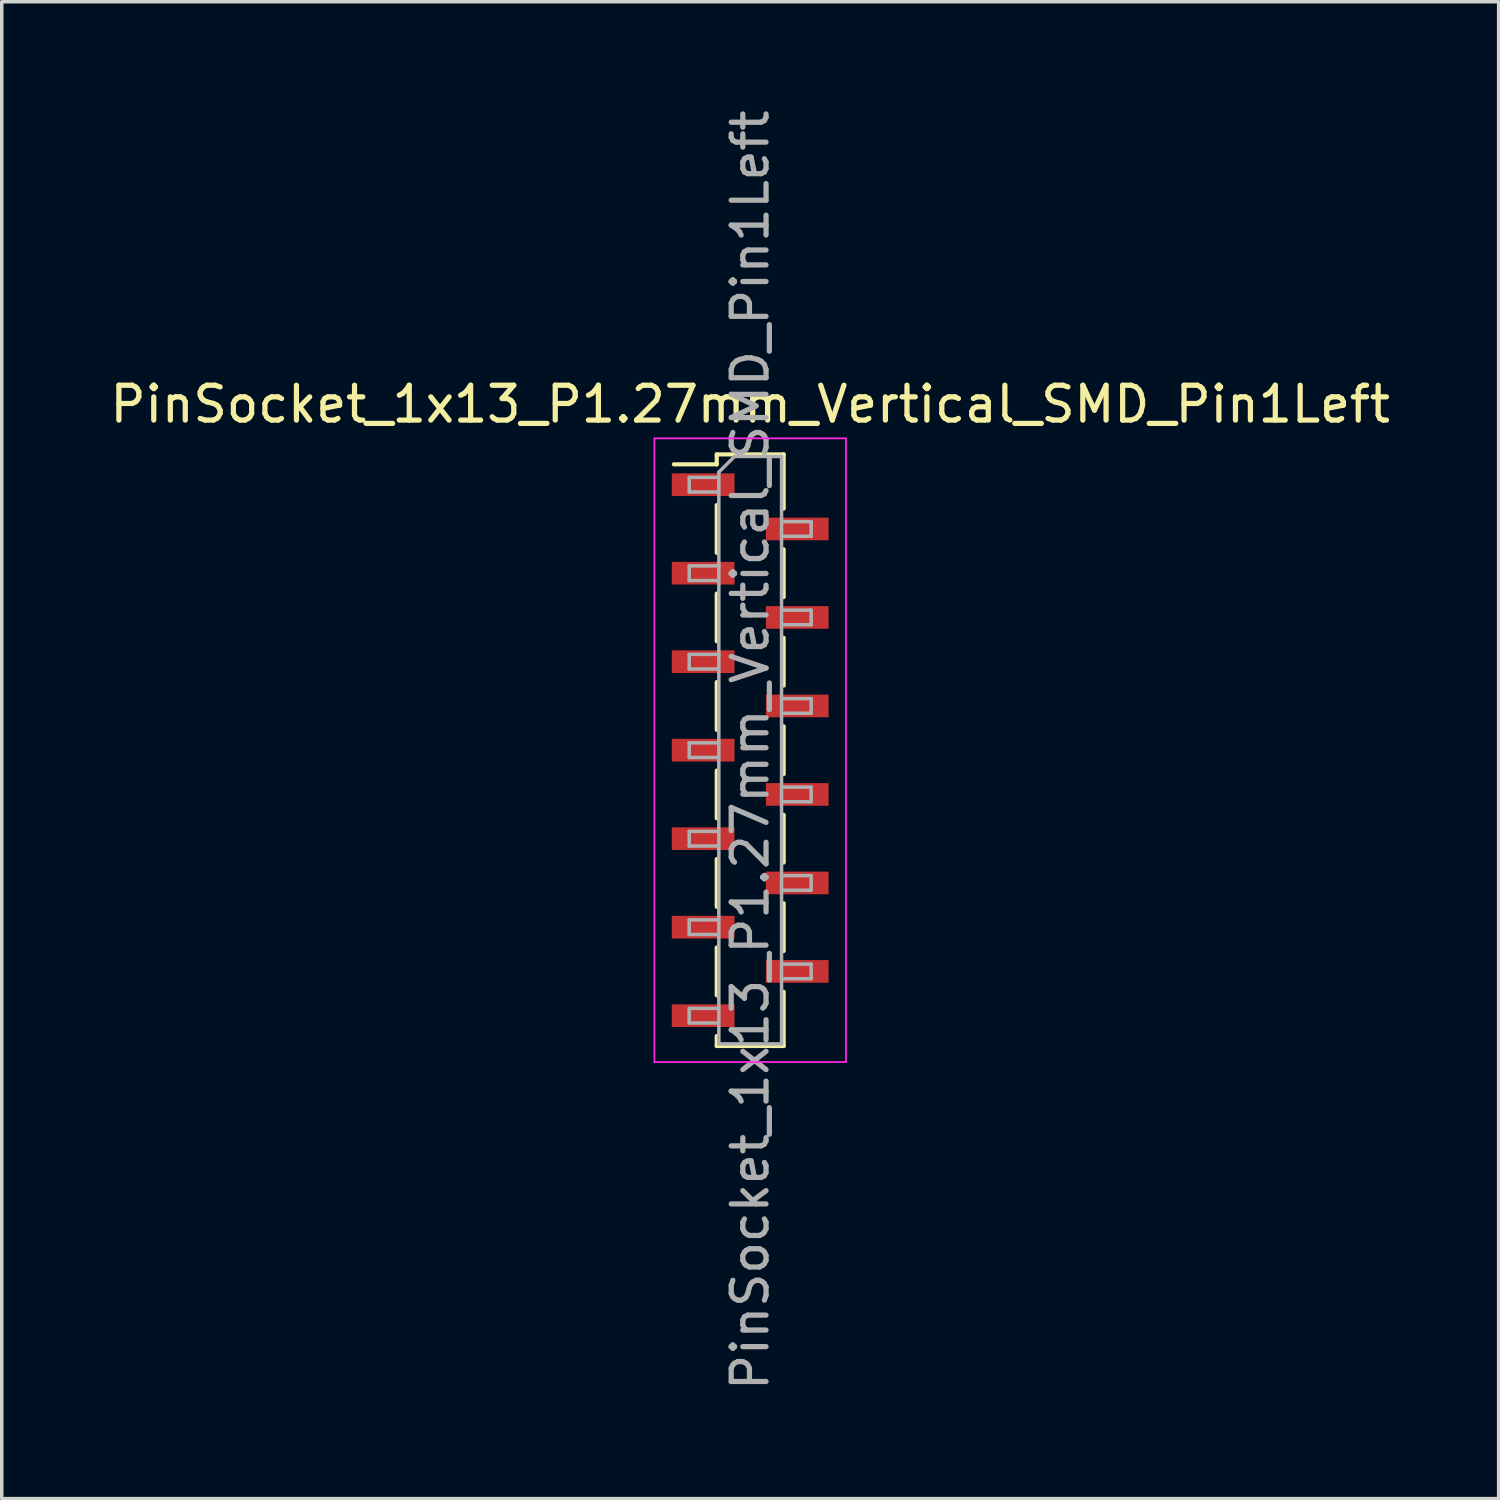
<source format=kicad_pcb>
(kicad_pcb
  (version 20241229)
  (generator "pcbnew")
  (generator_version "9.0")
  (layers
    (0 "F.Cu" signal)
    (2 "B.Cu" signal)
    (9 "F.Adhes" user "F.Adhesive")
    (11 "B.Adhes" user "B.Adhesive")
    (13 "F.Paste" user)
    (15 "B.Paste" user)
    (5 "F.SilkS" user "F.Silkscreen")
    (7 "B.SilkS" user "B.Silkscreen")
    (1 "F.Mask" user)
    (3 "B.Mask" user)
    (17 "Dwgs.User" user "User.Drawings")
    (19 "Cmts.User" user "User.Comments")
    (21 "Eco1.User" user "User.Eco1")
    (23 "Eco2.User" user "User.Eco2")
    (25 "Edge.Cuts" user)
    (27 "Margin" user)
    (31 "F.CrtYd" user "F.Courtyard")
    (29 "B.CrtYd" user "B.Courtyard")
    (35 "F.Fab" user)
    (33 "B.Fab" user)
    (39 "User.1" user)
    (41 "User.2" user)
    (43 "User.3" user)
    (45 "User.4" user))
  (footprint "PinSocket_1x13_P1.27mm_Vertical_SMD_Pin1Left"
    (layer "F.Cu")
    (at 18.482 18.482)
    (property "Reference" "PinSocket_1x13_P1.27mm_Vertical_SMD_Pin1Left" (at 0 -9.93 0) (layer "F.SilkS") (effects (font (size 1 1) (thickness 0.15))))
    (attr smd)
    (fp_line (start -2.19 -8.205) (end -0.96 -8.205) (stroke (width 0.12) (type solid)) (layer "F.SilkS"))
    (fp_line (start -0.96 -8.49) (end -0.96 -8.205) (stroke (width 0.12) (type solid)) (layer "F.SilkS"))
    (fp_line (start -0.96 -8.49) (end 0.96 -8.49) (stroke (width 0.12) (type solid)) (layer "F.SilkS"))
    (fp_line (start -0.96 -7.035) (end -0.96 -5.665) (stroke (width 0.12) (type solid)) (layer "F.SilkS"))
    (fp_line (start -0.96 -4.495) (end -0.96 -3.125) (stroke (width 0.12) (type solid)) (layer "F.SilkS"))
    (fp_line (start -0.96 -1.955) (end -0.96 -0.585) (stroke (width 0.12) (type solid)) (layer "F.SilkS"))
    (fp_line (start -0.96 0.585) (end -0.96 1.955) (stroke (width 0.12) (type solid)) (layer "F.SilkS"))
    (fp_line (start -0.96 3.125) (end -0.96 4.495) (stroke (width 0.12) (type solid)) (layer "F.SilkS"))
    (fp_line (start -0.96 5.665) (end -0.96 7.035) (stroke (width 0.12) (type solid)) (layer "F.SilkS"))
    (fp_line (start -0.96 8.205) (end -0.96 8.49) (stroke (width 0.12) (type solid)) (layer "F.SilkS"))
    (fp_line (start -0.96 8.49) (end 0.96 8.49) (stroke (width 0.12) (type solid)) (layer "F.SilkS"))
    (fp_line (start 0.96 -8.49) (end 0.96 -6.935) (stroke (width 0.12) (type solid)) (layer "F.SilkS"))
    (fp_line (start 0.96 -5.765) (end 0.96 -4.395) (stroke (width 0.12) (type solid)) (layer "F.SilkS"))
    (fp_line (start 0.96 -3.225) (end 0.96 -1.855) (stroke (width 0.12) (type solid)) (layer "F.SilkS"))
    (fp_line (start 0.96 -0.685) (end 0.96 0.685) (stroke (width 0.12) (type solid)) (layer "F.SilkS"))
    (fp_line (start 0.96 1.855) (end 0.96 3.225) (stroke (width 0.12) (type solid)) (layer "F.SilkS"))
    (fp_line (start 0.96 4.395) (end 0.96 5.765) (stroke (width 0.12) (type solid)) (layer "F.SilkS"))
    (fp_line (start 0.96 6.935) (end 0.96 8.49) (stroke (width 0.12) (type solid)) (layer "F.SilkS"))
    (fp_line (start -2.75 -8.95) (end 2.75 -8.95) (stroke (width 0.05) (type solid)) (layer "F.CrtYd"))
    (fp_line (start -2.75 8.95) (end -2.75 -8.95) (stroke (width 0.05) (type solid)) (layer "F.CrtYd"))
    (fp_line (start 2.75 -8.95) (end 2.75 8.95) (stroke (width 0.05) (type solid)) (layer "F.CrtYd"))
    (fp_line (start 2.75 8.95) (end -2.75 8.95) (stroke (width 0.05) (type solid)) (layer "F.CrtYd"))
    (fp_line (start -1.75 -7.83) (end -0.9 -7.83) (stroke (width 0.1) (type solid)) (layer "F.Fab"))
    (fp_line (start -1.75 -7.41) (end -1.75 -7.83) (stroke (width 0.1) (type solid)) (layer "F.Fab"))
    (fp_line (start -1.75 -5.29) (end -0.9 -5.29) (stroke (width 0.1) (type solid)) (layer "F.Fab"))
    (fp_line (start -1.75 -4.87) (end -1.75 -5.29) (stroke (width 0.1) (type solid)) (layer "F.Fab"))
    (fp_line (start -1.75 -2.75) (end -0.9 -2.75) (stroke (width 0.1) (type solid)) (layer "F.Fab"))
    (fp_line (start -1.75 -2.33) (end -1.75 -2.75) (stroke (width 0.1) (type solid)) (layer "F.Fab"))
    (fp_line (start -1.75 -0.21) (end -0.9 -0.21) (stroke (width 0.1) (type solid)) (layer "F.Fab"))
    (fp_line (start -1.75 0.21) (end -1.75 -0.21) (stroke (width 0.1) (type solid)) (layer "F.Fab"))
    (fp_line (start -1.75 2.33) (end -0.9 2.33) (stroke (width 0.1) (type solid)) (layer "F.Fab"))
    (fp_line (start -1.75 2.75) (end -1.75 2.33) (stroke (width 0.1) (type solid)) (layer "F.Fab"))
    (fp_line (start -1.75 4.87) (end -0.9 4.87) (stroke (width 0.1) (type solid)) (layer "F.Fab"))
    (fp_line (start -1.75 5.29) (end -1.75 4.87) (stroke (width 0.1) (type solid)) (layer "F.Fab"))
    (fp_line (start -1.75 7.41) (end -0.9 7.41) (stroke (width 0.1) (type solid)) (layer "F.Fab"))
    (fp_line (start -1.75 7.83) (end -1.75 7.41) (stroke (width 0.1) (type solid)) (layer "F.Fab"))
    (fp_line (start -0.9 -7.98) (end -0.45 -8.43) (stroke (width 0.1) (type solid)) (layer "F.Fab"))
    (fp_line (start -0.9 -7.41) (end -1.75 -7.41) (stroke (width 0.1) (type solid)) (layer "F.Fab"))
    (fp_line (start -0.9 -4.87) (end -1.75 -4.87) (stroke (width 0.1) (type solid)) (layer "F.Fab"))
    (fp_line (start -0.9 -2.33) (end -1.75 -2.33) (stroke (width 0.1) (type solid)) (layer "F.Fab"))
    (fp_line (start -0.9 0.21) (end -1.75 0.21) (stroke (width 0.1) (type solid)) (layer "F.Fab"))
    (fp_line (start -0.9 2.75) (end -1.75 2.75) (stroke (width 0.1) (type solid)) (layer "F.Fab"))
    (fp_line (start -0.9 5.29) (end -1.75 5.29) (stroke (width 0.1) (type solid)) (layer "F.Fab"))
    (fp_line (start -0.9 7.83) (end -1.75 7.83) (stroke (width 0.1) (type solid)) (layer "F.Fab"))
    (fp_line (start -0.9 8.43) (end -0.9 -7.98) (stroke (width 0.1) (type solid)) (layer "F.Fab"))
    (fp_line (start -0.45 -8.43) (end 0.9 -8.43) (stroke (width 0.1) (type solid)) (layer "F.Fab"))
    (fp_line (start 0.9 -8.43) (end 0.9 8.43) (stroke (width 0.1) (type solid)) (layer "F.Fab"))
    (fp_line (start 0.9 -6.56) (end 1.75 -6.56) (stroke (width 0.1) (type solid)) (layer "F.Fab"))
    (fp_line (start 0.9 -4.02) (end 1.75 -4.02) (stroke (width 0.1) (type solid)) (layer "F.Fab"))
    (fp_line (start 0.9 -1.48) (end 1.75 -1.48) (stroke (width 0.1) (type solid)) (layer "F.Fab"))
    (fp_line (start 0.9 1.06) (end 1.75 1.06) (stroke (width 0.1) (type solid)) (layer "F.Fab"))
    (fp_line (start 0.9 3.6) (end 1.75 3.6) (stroke (width 0.1) (type solid)) (layer "F.Fab"))
    (fp_line (start 0.9 6.14) (end 1.75 6.14) (stroke (width 0.1) (type solid)) (layer "F.Fab"))
    (fp_line (start 0.9 8.43) (end -0.9 8.43) (stroke (width 0.1) (type solid)) (layer "F.Fab"))
    (fp_line (start 1.75 -6.56) (end 1.75 -6.14) (stroke (width 0.1) (type solid)) (layer "F.Fab"))
    (fp_line (start 1.75 -6.14) (end 0.9 -6.14) (stroke (width 0.1) (type solid)) (layer "F.Fab"))
    (fp_line (start 1.75 -4.02) (end 1.75 -3.6) (stroke (width 0.1) (type solid)) (layer "F.Fab"))
    (fp_line (start 1.75 -3.6) (end 0.9 -3.6) (stroke (width 0.1) (type solid)) (layer "F.Fab"))
    (fp_line (start 1.75 -1.48) (end 1.75 -1.06) (stroke (width 0.1) (type solid)) (layer "F.Fab"))
    (fp_line (start 1.75 -1.06) (end 0.9 -1.06) (stroke (width 0.1) (type solid)) (layer "F.Fab"))
    (fp_line (start 1.75 1.06) (end 1.75 1.48) (stroke (width 0.1) (type solid)) (layer "F.Fab"))
    (fp_line (start 1.75 1.48) (end 0.9 1.48) (stroke (width 0.1) (type solid)) (layer "F.Fab"))
    (fp_line (start 1.75 3.6) (end 1.75 4.02) (stroke (width 0.1) (type solid)) (layer "F.Fab"))
    (fp_line (start 1.75 4.02) (end 0.9 4.02) (stroke (width 0.1) (type solid)) (layer "F.Fab"))
    (fp_line (start 1.75 6.14) (end 1.75 6.56) (stroke (width 0.1) (type solid)) (layer "F.Fab"))
    (fp_line (start 1.75 6.56) (end 0.9 6.56) (stroke (width 0.1) (type solid)) (layer "F.Fab"))
    (fp_text user "${REFERENCE}" (at 0 0 90) (layer "F.Fab") (effects (font (size 1 1) (thickness 0.15))))
    (pad "1" smd rect (at -1.35 -7.62) (size 1.8 0.65) (layers "F.Cu" "F.Mask" "F.Paste"))
    (pad "2" smd rect (at 1.35 -6.35) (size 1.8 0.65) (layers "F.Cu" "F.Mask" "F.Paste"))
    (pad "3" smd rect (at -1.35 -5.08) (size 1.8 0.65) (layers "F.Cu" "F.Mask" "F.Paste"))
    (pad "4" smd rect (at 1.35 -3.81) (size 1.8 0.65) (layers "F.Cu" "F.Mask" "F.Paste"))
    (pad "5" smd rect (at -1.35 -2.54) (size 1.8 0.65) (layers "F.Cu" "F.Mask" "F.Paste"))
    (pad "6" smd rect (at 1.35 -1.27) (size 1.8 0.65) (layers "F.Cu" "F.Mask" "F.Paste"))
    (pad "7" smd rect (at -1.35 0) (size 1.8 0.65) (layers "F.Cu" "F.Mask" "F.Paste"))
    (pad "8" smd rect (at 1.35 1.27) (size 1.8 0.65) (layers "F.Cu" "F.Mask" "F.Paste"))
    (pad "9" smd rect (at -1.35 2.54) (size 1.8 0.65) (layers "F.Cu" "F.Mask" "F.Paste"))
    (pad "10" smd rect (at 1.35 3.81) (size 1.8 0.65) (layers "F.Cu" "F.Mask" "F.Paste"))
    (pad "11" smd rect (at -1.35 5.08) (size 1.8 0.65) (layers "F.Cu" "F.Mask" "F.Paste"))
    (pad "12" smd rect (at 1.35 6.35) (size 1.8 0.65) (layers "F.Cu" "F.Mask" "F.Paste"))
    (pad "13" smd rect (at -1.35 7.62) (size 1.8 0.65) (layers "F.Cu" "F.Mask" "F.Paste")))
  (gr_rect
    (start -3 -3)
    (end 39.964 39.964)
    (stroke (width 0.1) (type default))
    (fill no)
    (layer "Edge.Cuts")))
</source>
